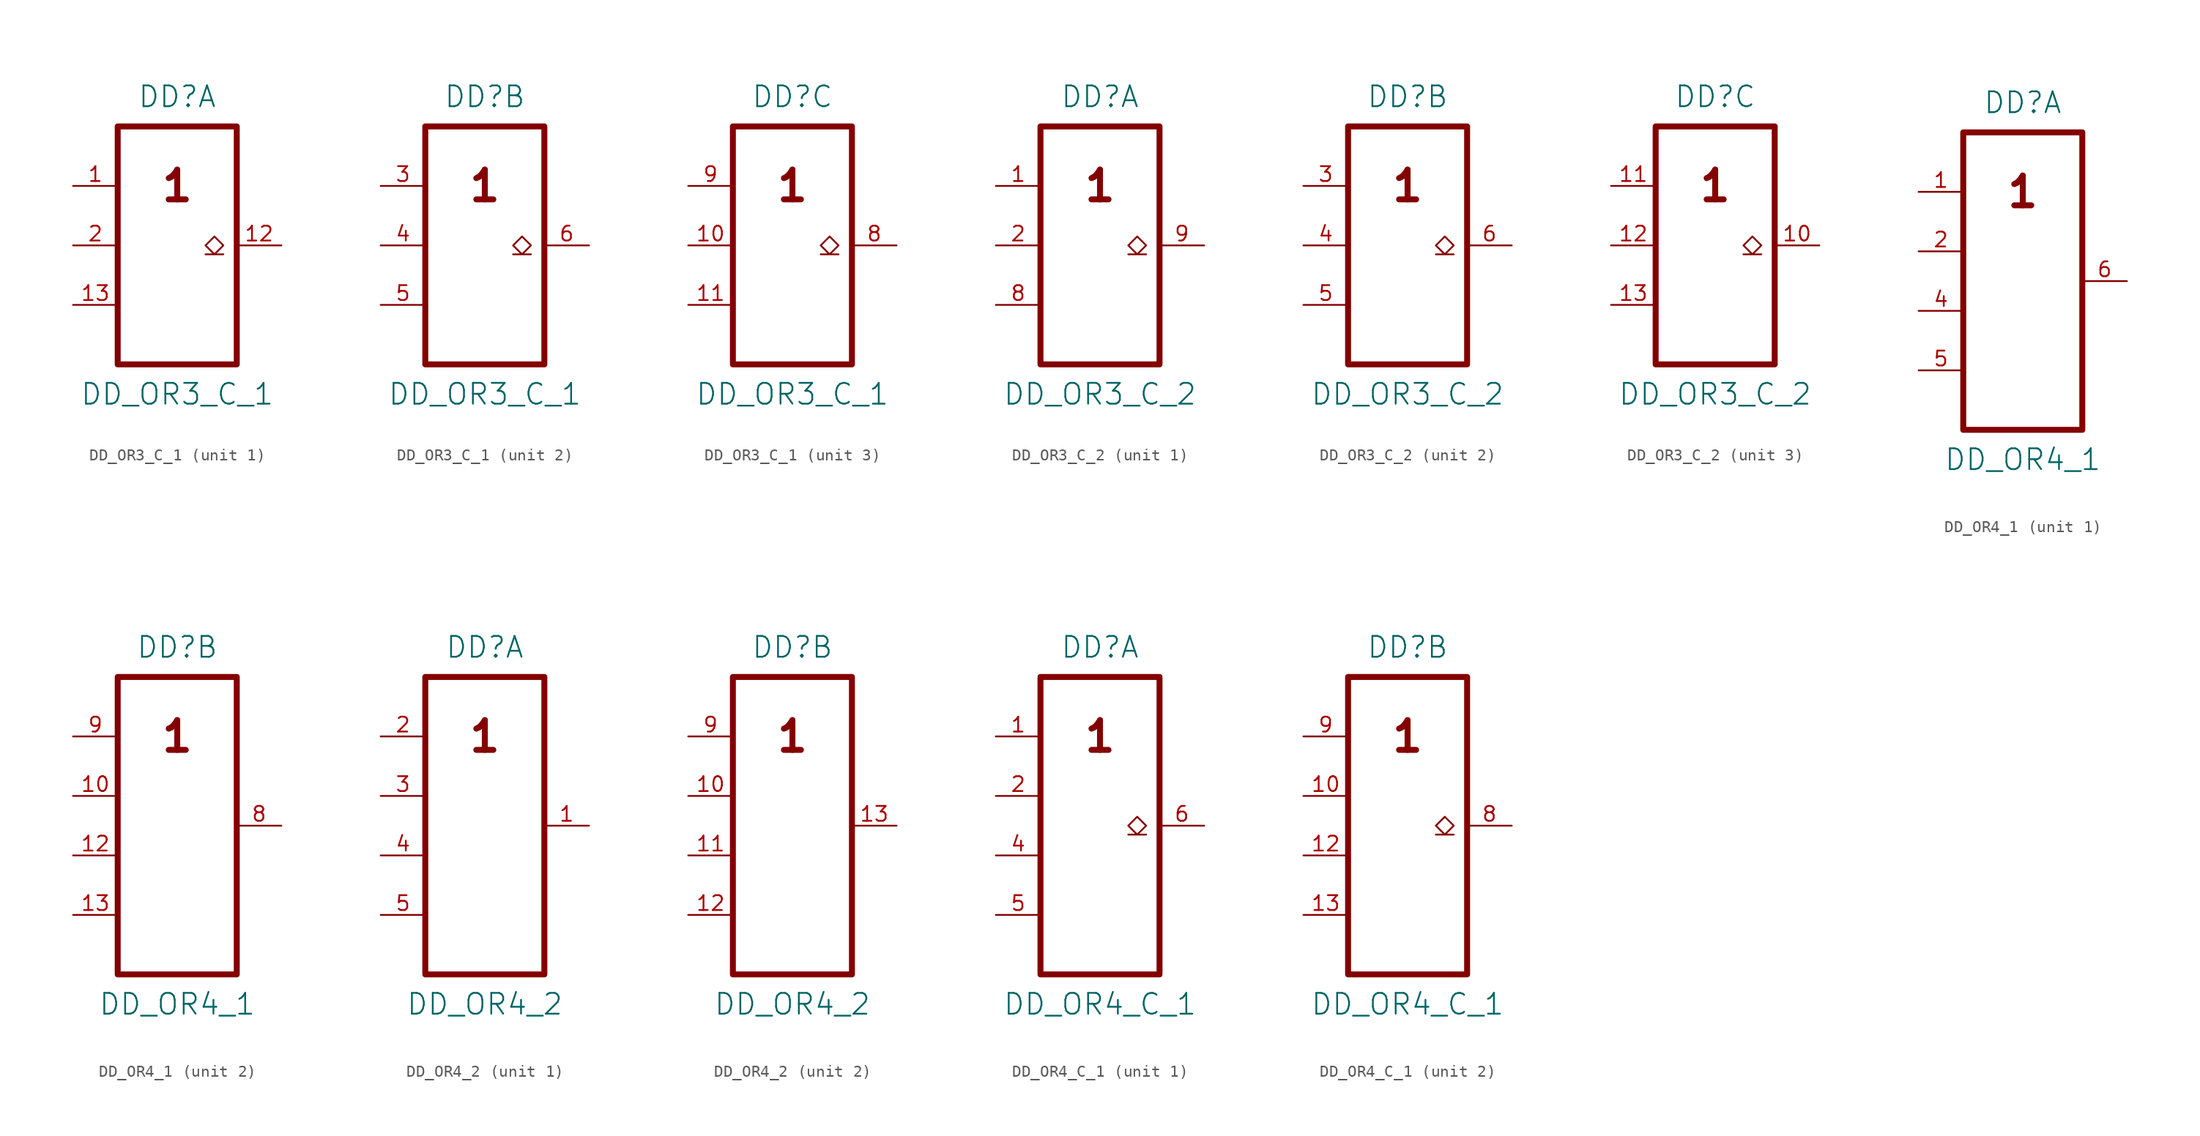
<source format=kicad_sym>
(kicad_symbol_lib
  (version 20211014)
  (generator kicad_symbol_editor)
  (symbol "DD_OR3_C_1"
    (pin_names
      (offset 1.27))
    (property "Reference" "DD"
      (at 0 12.7 0)
      (effects (font (size 1.778 1.778))))
    (property "Value" "DD_OR3_C_1"
      (at 0 -12.7 0)
      (effects (font (size 1.778 1.778))))
    (symbol "DD_OR3_C_1_0_0"
      (text "1" (at 0 5.08 0) (effects (font (size 2.54 2.54) bold))))
    (symbol "DD_OR3_C_1_0_1"
      (rectangle (start -5.08 10.16) (end 5.08 -10.16) (stroke (width 0.508) (type default) (color 0 0 0 0)) (fill (type none)))
      (polyline (pts (xy 2.413 -0.762) (xy 3.175 -0.762) (xy 2.413 0) (xy 3.175 0.762) (xy 3.937 0) (xy 3.175 -0.762) (xy 3.937 -0.762)) (stroke (width 0) (type default) (color 0 0 0 0)) (fill (type none)))
      (pin power_in non_logic (at 8.89 7.62 180) (length 3.81) hide (name "VCC" (effects (font (size 1.27 1.27)))) (number "14" (effects (font (size 1.27 1.27)))))
      (pin power_in non_logic (at 8.89 -7.62 180) (length 3.81) hide (name "GND" (effects (font (size 1.27 1.27)))) (number "7" (effects (font (size 1.27 1.27))))))
    (symbol "DD_OR3_C_1_1_1"
      (pin input line (at -8.89 5.08 0) (length 3.81) (name "~" (effects (font (size 1.778 1.778)))) (number "1" (effects (font (size 1.27 1.27)))))
      (pin output line (at 8.89 0 180) (length 3.81) (name "~" (effects (font (size 1.778 1.778)))) (number "12" (effects (font (size 1.27 1.27)))))
      (pin input line (at -8.89 -5.08 0) (length 3.81) (name "~" (effects (font (size 1.778 1.778)))) (number "13" (effects (font (size 1.27 1.27)))))
      (pin input line (at -8.89 0 0) (length 3.81) (name "~" (effects (font (size 1.778 1.778)))) (number "2" (effects (font (size 1.27 1.27))))))
    (symbol "DD_OR3_C_1_2_1"
      (pin input line (at -8.89 5.08 0) (length 3.81) (name "~" (effects (font (size 1.778 1.778)))) (number "3" (effects (font (size 1.27 1.27)))))
      (pin input line (at -8.89 0 0) (length 3.81) (name "~" (effects (font (size 1.778 1.778)))) (number "4" (effects (font (size 1.27 1.27)))))
      (pin input line (at -8.89 -5.08 0) (length 3.81) (name "~" (effects (font (size 1.778 1.778)))) (number "5" (effects (font (size 1.27 1.27)))))
      (pin output line (at 8.89 0 180) (length 3.81) (name "~" (effects (font (size 1.778 1.778)))) (number "6" (effects (font (size 1.27 1.27))))))
    (symbol "DD_OR3_C_1_3_1"
      (pin input line (at -8.89 0 0) (length 3.81) (name "~" (effects (font (size 1.778 1.778)))) (number "10" (effects (font (size 1.27 1.27)))))
      (pin input line (at -8.89 -5.08 0) (length 3.81) (name "~" (effects (font (size 1.778 1.778)))) (number "11" (effects (font (size 1.27 1.27)))))
      (pin output line (at 8.89 0 180) (length 3.81) (name "~" (effects (font (size 1.778 1.778)))) (number "8" (effects (font (size 1.27 1.27)))))
      (pin input line (at -8.89 5.08 0) (length 3.81) (name "~" (effects (font (size 1.778 1.778)))) (number "9" (effects (font (size 1.27 1.27)))))))
  (symbol "DD_OR3_C_2"
    (pin_names
      (offset 1.27))
    (property "Reference" "DD"
      (at 0 12.7 0)
      (effects (font (size 1.778 1.778))))
    (property "Value" "DD_OR3_C_2"
      (at 0 -12.7 0)
      (effects (font (size 1.778 1.778))))
    (symbol "DD_OR3_C_2_0_0"
      (text "1" (at 0 5.08 0) (effects (font (size 2.54 2.54) bold))))
    (symbol "DD_OR3_C_2_0_1"
      (rectangle (start -5.08 10.16) (end 5.08 -10.16) (stroke (width 0.508) (type default) (color 0 0 0 0)) (fill (type none)))
      (polyline (pts (xy 2.413 -0.762) (xy 3.175 -0.762) (xy 2.413 0) (xy 3.175 0.762) (xy 3.937 0) (xy 3.175 -0.762) (xy 3.937 -0.762)) (stroke (width 0) (type default) (color 0 0 0 0)) (fill (type none)))
      (pin power_in non_logic (at 8.89 7.62 180) (length 3.81) hide (name "VCC" (effects (font (size 1.27 1.27)))) (number "14" (effects (font (size 1.27 1.27)))))
      (pin power_in non_logic (at 8.89 -7.62 180) (length 3.81) hide (name "GND" (effects (font (size 1.27 1.27)))) (number "7" (effects (font (size 1.27 1.27))))))
    (symbol "DD_OR3_C_2_1_1"
      (pin input line (at -8.89 5.08 0) (length 3.81) (name "~" (effects (font (size 1.778 1.778)))) (number "1" (effects (font (size 1.27 1.27)))))
      (pin input line (at -8.89 0 0) (length 3.81) (name "~" (effects (font (size 1.778 1.778)))) (number "2" (effects (font (size 1.27 1.27)))))
      (pin input line (at -8.89 -5.08 0) (length 3.81) (name "~" (effects (font (size 1.778 1.778)))) (number "8" (effects (font (size 1.27 1.27)))))
      (pin output line (at 8.89 0 180) (length 3.81) (name "~" (effects (font (size 1.778 1.778)))) (number "9" (effects (font (size 1.27 1.27))))))
    (symbol "DD_OR3_C_2_2_1"
      (pin input line (at -8.89 5.08 0) (length 3.81) (name "~" (effects (font (size 1.778 1.778)))) (number "3" (effects (font (size 1.27 1.27)))))
      (pin input line (at -8.89 0 0) (length 3.81) (name "~" (effects (font (size 1.778 1.778)))) (number "4" (effects (font (size 1.27 1.27)))))
      (pin input line (at -8.89 -5.08 0) (length 3.81) (name "~" (effects (font (size 1.778 1.778)))) (number "5" (effects (font (size 1.27 1.27)))))
      (pin output line (at 8.89 0 180) (length 3.81) (name "~" (effects (font (size 1.778 1.778)))) (number "6" (effects (font (size 1.27 1.27))))))
    (symbol "DD_OR3_C_2_3_1"
      (pin output line (at 8.89 0 180) (length 3.81) (name "~" (effects (font (size 1.778 1.778)))) (number "10" (effects (font (size 1.27 1.27)))))
      (pin input line (at -8.89 5.08 0) (length 3.81) (name "~" (effects (font (size 1.778 1.778)))) (number "11" (effects (font (size 1.27 1.27)))))
      (pin input line (at -8.89 0 0) (length 3.81) (name "~" (effects (font (size 1.778 1.778)))) (number "12" (effects (font (size 1.27 1.27)))))
      (pin input line (at -8.89 -5.08 0) (length 3.81) (name "~" (effects (font (size 1.778 1.778)))) (number "13" (effects (font (size 1.27 1.27)))))))
  (symbol "DD_OR4_1"
    (pin_names
      (offset 1.27))
    (property "Reference" "DD"
      (at 0 15.24 0)
      (effects (font (size 1.778 1.778))))
    (property "Value" "DD_OR4_1"
      (at 0 -15.24 0)
      (effects (font (size 1.778 1.778))))
    (symbol "DD_OR4_1_0_0"
      (text "1" (at 0 7.62 0) (effects (font (size 2.54 2.54) bold))))
    (symbol "DD_OR4_1_0_1"
      (rectangle (start -5.08 12.7) (end 5.08 -12.7) (stroke (width 0.508) (type default) (color 0 0 0 0)) (fill (type none)))
      (pin power_in non_logic (at 8.89 10.16 180) (length 3.81) hide (name "VCC" (effects (font (size 1.27 1.27)))) (number "14" (effects (font (size 1.27 1.27)))))
      (pin power_in non_logic (at 8.89 -10.16 180) (length 3.81) hide (name "GND" (effects (font (size 1.27 1.27)))) (number "7" (effects (font (size 1.27 1.27))))))
    (symbol "DD_OR4_1_1_1"
      (pin input line (at -8.89 7.62 0) (length 3.81) (name "~" (effects (font (size 1.778 1.778)))) (number "1" (effects (font (size 1.27 1.27)))))
      (pin input line (at -8.89 2.54 0) (length 3.81) (name "~" (effects (font (size 1.778 1.778)))) (number "2" (effects (font (size 1.27 1.27)))))
      (pin input line (at -8.89 -2.54 0) (length 3.81) (name "~" (effects (font (size 1.778 1.778)))) (number "4" (effects (font (size 1.27 1.27)))))
      (pin input line (at -8.89 -7.62 0) (length 3.81) (name "~" (effects (font (size 1.778 1.778)))) (number "5" (effects (font (size 1.27 1.27)))))
      (pin output line (at 8.89 0 180) (length 3.81) (name "~" (effects (font (size 1.778 1.778)))) (number "6" (effects (font (size 1.27 1.27))))))
    (symbol "DD_OR4_1_2_1"
      (pin input line (at -8.89 2.54 0) (length 3.81) (name "~" (effects (font (size 1.778 1.778)))) (number "10" (effects (font (size 1.27 1.27)))))
      (pin input line (at -8.89 -2.54 0) (length 3.81) (name "~" (effects (font (size 1.778 1.778)))) (number "12" (effects (font (size 1.27 1.27)))))
      (pin input line (at -8.89 -7.62 0) (length 3.81) (name "~" (effects (font (size 1.778 1.778)))) (number "13" (effects (font (size 1.27 1.27)))))
      (pin output line (at 8.89 0 180) (length 3.81) (name "~" (effects (font (size 1.778 1.778)))) (number "8" (effects (font (size 1.27 1.27)))))
      (pin input line (at -8.89 7.62 0) (length 3.81) (name "~" (effects (font (size 1.778 1.778)))) (number "9" (effects (font (size 1.27 1.27)))))))
  (symbol "DD_OR4_2"
    (pin_names
      (offset 1.27))
    (property "Reference" "DD"
      (at 0 15.24 0)
      (effects (font (size 1.778 1.778))))
    (property "Value" "DD_OR4_2"
      (at 0 -15.24 0)
      (effects (font (size 1.778 1.778))))
    (symbol "DD_OR4_2_0_0"
      (text "1" (at 0 7.62 0) (effects (font (size 2.54 2.54) bold))))
    (symbol "DD_OR4_2_0_1"
      (rectangle (start -5.08 12.7) (end 5.08 -12.7) (stroke (width 0.508) (type default) (color 0 0 0 0)) (fill (type none)))
      (pin power_in non_logic (at 8.89 10.16 180) (length 3.81) hide (name "VCC" (effects (font (size 1.27 1.27)))) (number "14" (effects (font (size 1.27 1.27)))))
      (pin power_in non_logic (at 8.89 -10.16 180) (length 3.81) hide (name "GND" (effects (font (size 1.27 1.27)))) (number "7" (effects (font (size 1.27 1.27))))))
    (symbol "DD_OR4_2_1_1"
      (pin output line (at 8.89 0 180) (length 3.81) (name "~" (effects (font (size 1.778 1.778)))) (number "1" (effects (font (size 1.27 1.27)))))
      (pin input line (at -8.89 7.62 0) (length 3.81) (name "~" (effects (font (size 1.778 1.778)))) (number "2" (effects (font (size 1.27 1.27)))))
      (pin input line (at -8.89 2.54 0) (length 3.81) (name "~" (effects (font (size 1.778 1.778)))) (number "3" (effects (font (size 1.27 1.27)))))
      (pin input line (at -8.89 -2.54 0) (length 3.81) (name "~" (effects (font (size 1.778 1.778)))) (number "4" (effects (font (size 1.27 1.27)))))
      (pin input line (at -8.89 -7.62 0) (length 3.81) (name "~" (effects (font (size 1.778 1.778)))) (number "5" (effects (font (size 1.27 1.27))))))
    (symbol "DD_OR4_2_2_1"
      (pin input line (at -8.89 2.54 0) (length 3.81) (name "~" (effects (font (size 1.778 1.778)))) (number "10" (effects (font (size 1.27 1.27)))))
      (pin input line (at -8.89 -2.54 0) (length 3.81) (name "~" (effects (font (size 1.778 1.778)))) (number "11" (effects (font (size 1.27 1.27)))))
      (pin input line (at -8.89 -7.62 0) (length 3.81) (name "~" (effects (font (size 1.778 1.778)))) (number "12" (effects (font (size 1.27 1.27)))))
      (pin output line (at 8.89 0 180) (length 3.81) (name "~" (effects (font (size 1.778 1.778)))) (number "13" (effects (font (size 1.27 1.27)))))
      (pin input line (at -8.89 7.62 0) (length 3.81) (name "~" (effects (font (size 1.778 1.778)))) (number "9" (effects (font (size 1.27 1.27)))))))
  (symbol "DD_OR4_C_1"
    (pin_names
      (offset 1.27))
    (property "Reference" "DD"
      (at 0 15.24 0)
      (effects (font (size 1.778 1.778))))
    (property "Value" "DD_OR4_C_1"
      (at 0 -15.24 0)
      (effects (font (size 1.778 1.778))))
    (symbol "DD_OR4_C_1_0_0"
      (text "1" (at 0 7.62 0) (effects (font (size 2.54 2.54) bold))))
    (symbol "DD_OR4_C_1_0_1"
      (rectangle (start -5.08 12.7) (end 5.08 -12.7) (stroke (width 0.508) (type default) (color 0 0 0 0)) (fill (type none)))
      (polyline (pts (xy 2.413 -0.762) (xy 3.175 -0.762) (xy 2.413 0) (xy 3.175 0.762) (xy 3.937 0) (xy 3.175 -0.762) (xy 3.937 -0.762)) (stroke (width 0) (type default) (color 0 0 0 0)) (fill (type none)))
      (pin power_in non_logic (at 8.89 10.16 180) (length 3.81) hide (name "VCC" (effects (font (size 1.27 1.27)))) (number "14" (effects (font (size 1.27 1.27)))))
      (pin power_in non_logic (at 8.89 -10.16 180) (length 3.81) hide (name "GND" (effects (font (size 1.27 1.27)))) (number "7" (effects (font (size 1.27 1.27))))))
    (symbol "DD_OR4_C_1_1_1"
      (pin input line (at -8.89 7.62 0) (length 3.81) (name "~" (effects (font (size 1.778 1.778)))) (number "1" (effects (font (size 1.27 1.27)))))
      (pin input line (at -8.89 2.54 0) (length 3.81) (name "~" (effects (font (size 1.778 1.778)))) (number "2" (effects (font (size 1.27 1.27)))))
      (pin input line (at -8.89 -2.54 0) (length 3.81) (name "~" (effects (font (size 1.778 1.778)))) (number "4" (effects (font (size 1.27 1.27)))))
      (pin input line (at -8.89 -7.62 0) (length 3.81) (name "~" (effects (font (size 1.778 1.778)))) (number "5" (effects (font (size 1.27 1.27)))))
      (pin output line (at 8.89 0 180) (length 3.81) (name "~" (effects (font (size 1.778 1.778)))) (number "6" (effects (font (size 1.27 1.27))))))
    (symbol "DD_OR4_C_1_2_1"
      (pin input line (at -8.89 2.54 0) (length 3.81) (name "~" (effects (font (size 1.778 1.778)))) (number "10" (effects (font (size 1.27 1.27)))))
      (pin input line (at -8.89 -2.54 0) (length 3.81) (name "~" (effects (font (size 1.778 1.778)))) (number "12" (effects (font (size 1.27 1.27)))))
      (pin input line (at -8.89 -7.62 0) (length 3.81) (name "~" (effects (font (size 1.778 1.778)))) (number "13" (effects (font (size 1.27 1.27)))))
      (pin output line (at 8.89 0 180) (length 3.81) (name "~" (effects (font (size 1.778 1.778)))) (number "8" (effects (font (size 1.27 1.27)))))
      (pin input line (at -8.89 7.62 0) (length 3.81) (name "~" (effects (font (size 1.778 1.778)))) (number "9" (effects (font (size 1.27 1.27))))))))
</source>
